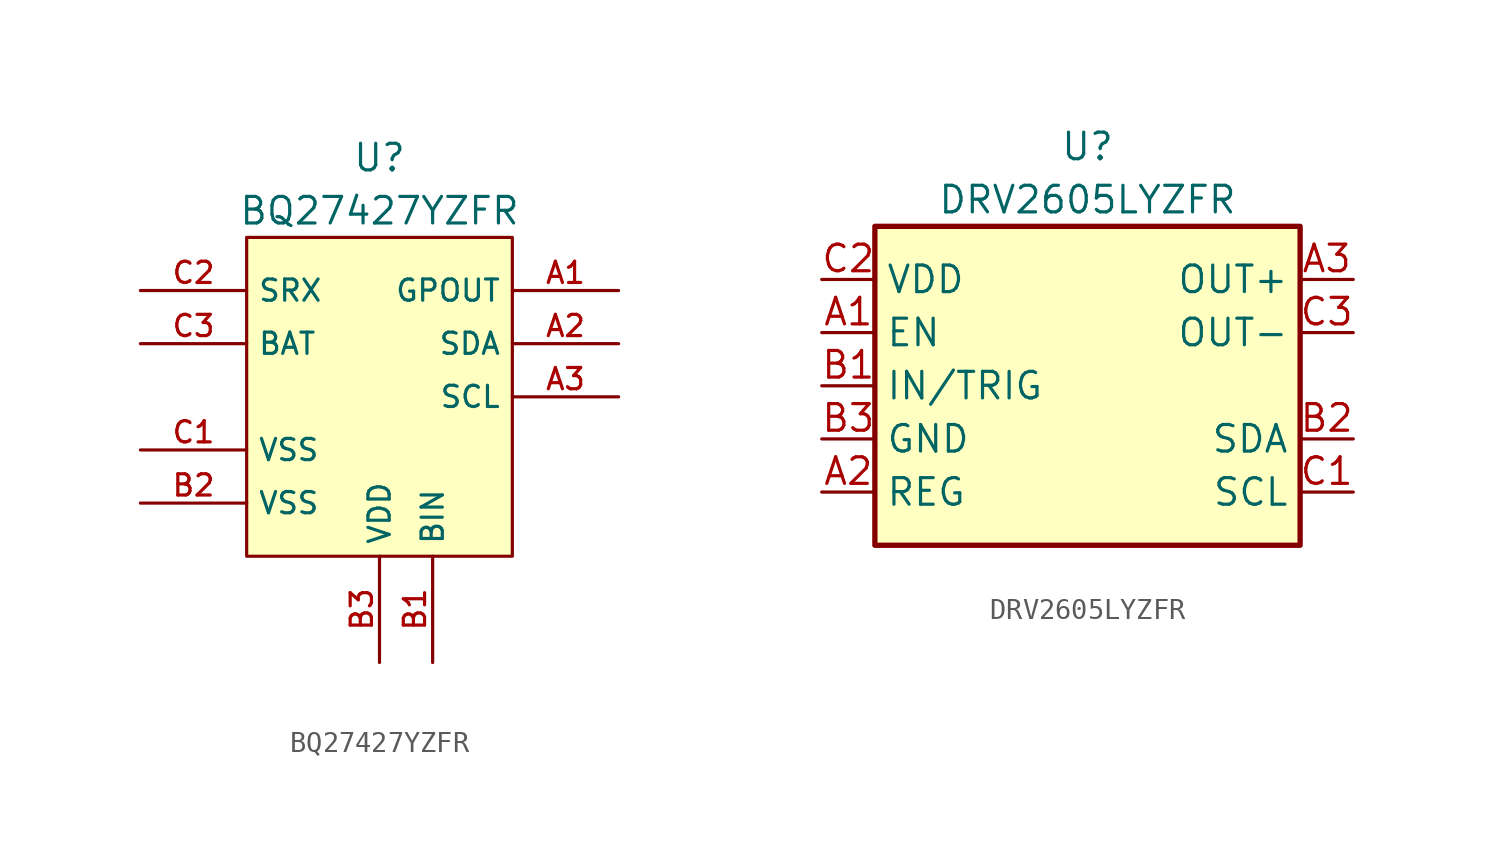
<source format=kicad_sym>
(kicad_symbol_lib
  (version 20220914)
  (generator kicad_symbol_editor)
  (symbol "BQ27427YZFR"
    (property "Reference" "U"
      (at 0 11.43 0)
      (effects (font (size 1.27 1.27))))
    (property "Value" "BQ27427YZFR"
      (at 0 8.89 0)
      (effects (font (size 1.27 1.27))))
    (symbol "BQ27427YZFR_0_0"
      (pin output line (at 11.43 5.08 180) (length 5.08) (name "GPOUT" (effects (font (size 1.016 1.016)))) (number "A1" (effects (font (size 1.016 1.016)))))
      (pin bidirectional line (at 11.43 2.54 180) (length 5.08) (name "SDA" (effects (font (size 1.016 1.016)))) (number "A2" (effects (font (size 1.016 1.016)))))
      (pin input line (at 2.54 -12.7 90) (length 5.08) (name "BIN" (effects (font (size 1.016 1.016)))) (number "B1" (effects (font (size 1.016 1.016)))))
      (pin power_in line (at -11.43 -5.08 0) (length 5.08) (name "VSS" (effects (font (size 1.016 1.016)))) (number "B2" (effects (font (size 1.016 1.016)))))
      (pin input line (at -11.43 5.08 0) (length 5.08) (name "SRX" (effects (font (size 1.016 1.016)))) (number "C2" (effects (font (size 1.016 1.016)))))
      (pin input line (at -11.43 2.54 0) (length 5.08) (name "BAT" (effects (font (size 1.016 1.016)))) (number "C3" (effects (font (size 1.016 1.016))))))
    (symbol "BQ27427YZFR_1_0"
      (pin input line (at 11.43 0 180) (length 5.08) (name "SCL" (effects (font (size 1.016 1.016)))) (number "A3" (effects (font (size 1.016 1.016)))))
      (pin power_out line (at 0 -12.7 90) (length 5.08) (name "VDD" (effects (font (size 1.016 1.016)))) (number "B3" (effects (font (size 1.016 1.016)))))
      (pin power_in line (at -11.43 -2.54 0) (length 5.08) (name "VSS" (effects (font (size 1.016 1.016)))) (number "C1" (effects (font (size 1.016 1.016))))))
    (symbol "BQ27427YZFR_1_1"
      (rectangle (start -6.35 7.62) (end 6.35 -7.62) (stroke (width 0) (type default)) (fill (type background)))))
  (symbol "DRV2605LYZFR"
    (property "Reference" "U"
      (at 0 11.43 0)
      (effects (font (size 1.27 1.27))))
    (property "Value" "DRV2605LYZFR"
      (at 0 8.89 0)
      (effects (font (size 1.27 1.27))))
    (symbol "DRV2605LYZFR_0_1"
      (rectangle (start -10.16 7.62) (end 10.16 -7.62) (stroke (width 0.254) (type default)) (fill (type background))))
    (symbol "DRV2605LYZFR_1_1"
      (pin input line (at -12.7 2.54 0) (length 2.54) (name "EN" (effects (font (size 1.27 1.27)))) (number "A1" (effects (font (size 1.27 1.27)))))
      (pin passive line (at -12.7 -5.08 0) (length 2.54) (name "REG" (effects (font (size 1.27 1.27)))) (number "A2" (effects (font (size 1.27 1.27)))))
      (pin output line (at 12.7 5.08 180) (length 2.54) (name "OUT+" (effects (font (size 1.27 1.27)))) (number "A3" (effects (font (size 1.27 1.27)))))
      (pin input line (at -12.7 0 0) (length 2.54) (name "IN/TRIG" (effects (font (size 1.27 1.27)))) (number "B1" (effects (font (size 1.27 1.27)))))
      (pin bidirectional line (at 12.7 -2.54 180) (length 2.54) (name "SDA" (effects (font (size 1.27 1.27)))) (number "B2" (effects (font (size 1.27 1.27)))))
      (pin power_in line (at -12.7 -2.54 0) (length 2.54) (name "GND" (effects (font (size 1.27 1.27)))) (number "B3" (effects (font (size 1.27 1.27)))))
      (pin input line (at 12.7 -5.08 180) (length 2.54) (name "SCL" (effects (font (size 1.27 1.27)))) (number "C1" (effects (font (size 1.27 1.27)))))
      (pin power_in line (at -12.7 5.08 0) (length 2.54) (name "VDD" (effects (font (size 1.27 1.27)))) (number "C2" (effects (font (size 1.27 1.27)))))
      (pin output line (at 12.7 2.54 180) (length 2.54) (name "OUT-" (effects (font (size 1.27 1.27)))) (number "C3" (effects (font (size 1.27 1.27))))))))
</source>
